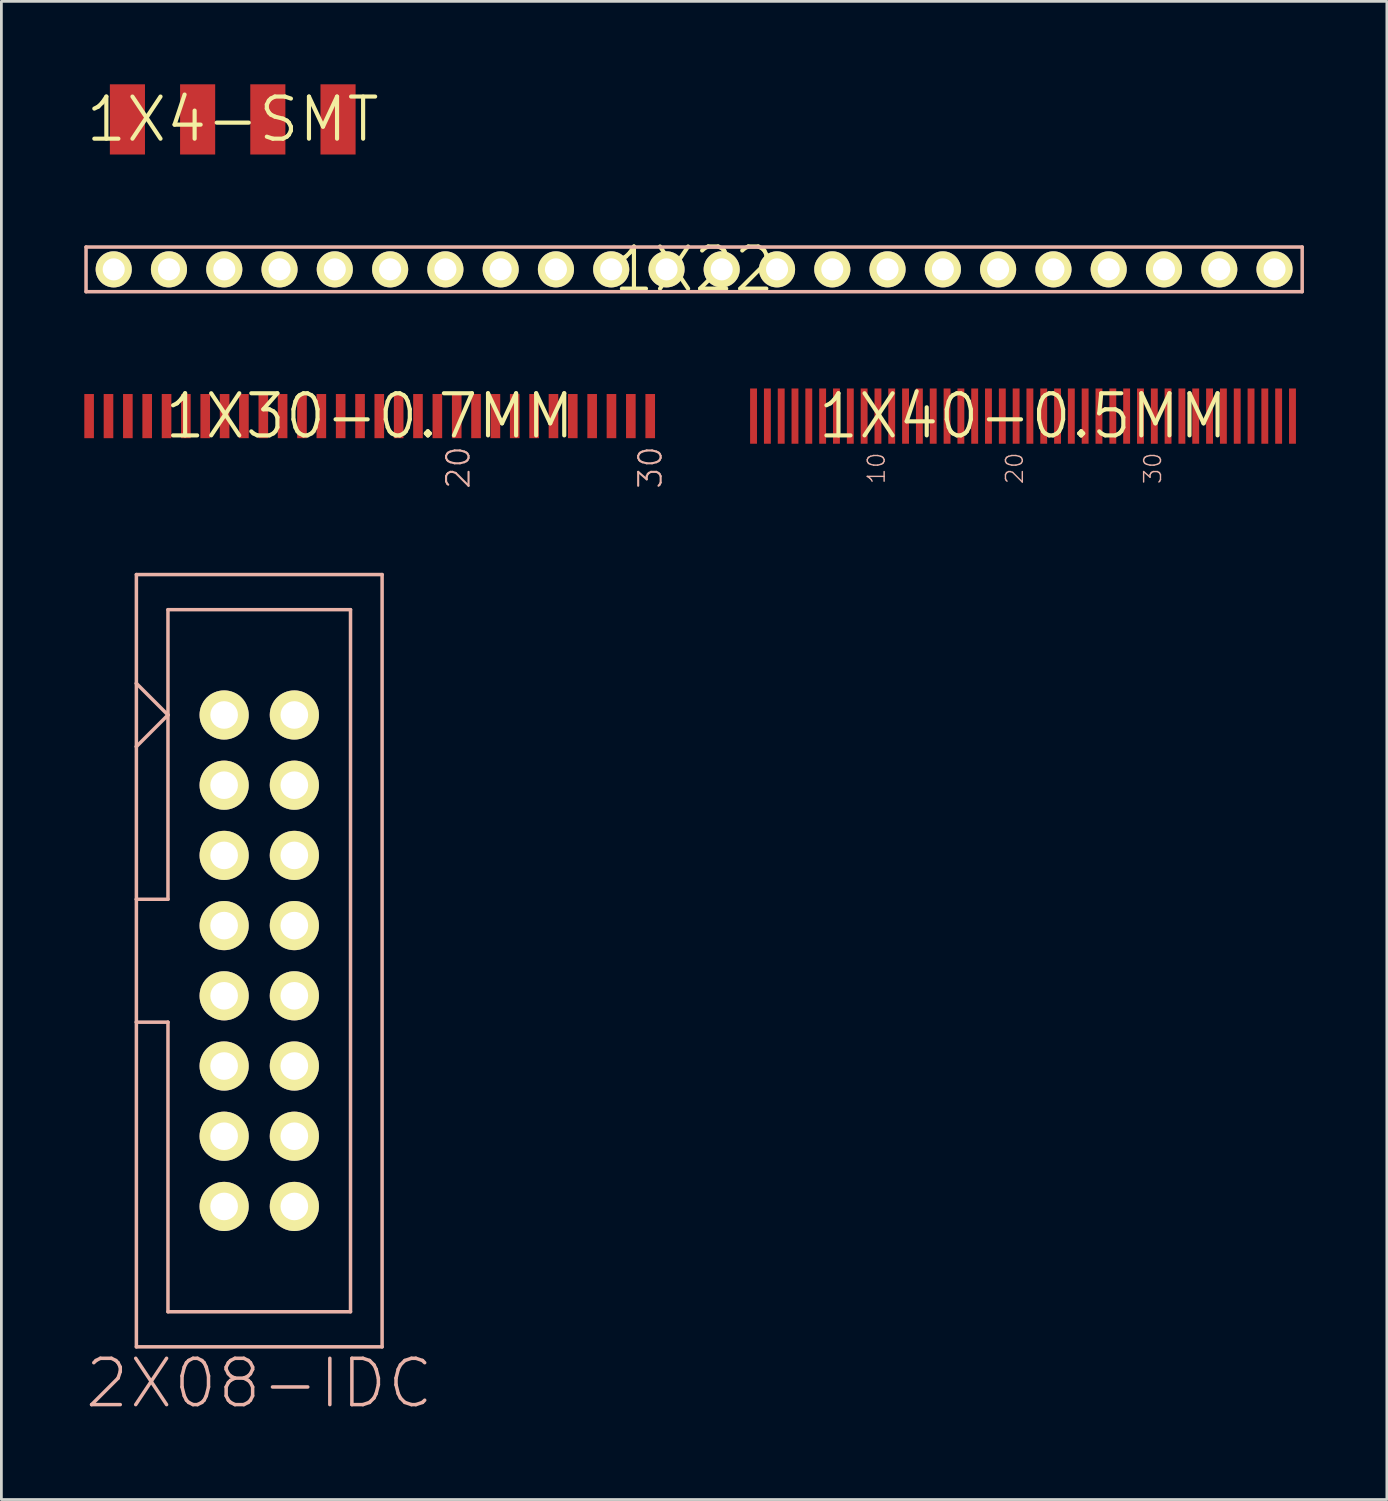
<source format=kicad_pcb>
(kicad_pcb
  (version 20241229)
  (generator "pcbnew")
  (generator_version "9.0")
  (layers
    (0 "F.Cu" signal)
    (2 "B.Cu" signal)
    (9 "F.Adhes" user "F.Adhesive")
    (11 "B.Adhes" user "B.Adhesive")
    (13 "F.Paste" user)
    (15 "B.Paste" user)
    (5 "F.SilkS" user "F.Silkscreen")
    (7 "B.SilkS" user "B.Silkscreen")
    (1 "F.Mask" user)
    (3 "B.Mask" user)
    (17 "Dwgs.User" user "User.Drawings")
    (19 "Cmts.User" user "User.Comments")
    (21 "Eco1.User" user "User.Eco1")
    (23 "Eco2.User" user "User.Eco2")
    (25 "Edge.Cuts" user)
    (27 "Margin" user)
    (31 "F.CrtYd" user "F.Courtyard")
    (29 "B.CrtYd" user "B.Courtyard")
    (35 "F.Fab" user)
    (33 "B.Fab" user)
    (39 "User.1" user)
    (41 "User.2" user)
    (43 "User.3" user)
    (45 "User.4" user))
  (footprint "1X30-0.7MM"
    (layer "F.Cu")
    (at 10.324 12.004)
    (property "Reference" "1X30-0.7MM" (at 0 0 0) (layer "F.SilkS") (effects (font (size 1.524 1.524) (thickness 0.15))))
    (attr smd)
    (fp_text user "30" (at 10.155 1.862 270) (layer "B.SilkS") (effects (font (size 0.813 0.813) (thickness 0.076))))
    (fp_text user "20" (at 3.205 1.862 270) (layer "B.SilkS") (effects (font (size 0.813 0.813) (thickness 0.076))))
    (pad "1" smd rect (at -10.15 0 90) (size 1.598 0.348) (layers "F.Cu" "F.Mask" "F.Paste"))
    (pad "2" smd rect (at -9.449 0 90) (size 1.598 0.348) (layers "F.Cu" "F.Mask" "F.Paste"))
    (pad "3" smd rect (at -8.748 0 90) (size 1.598 0.348) (layers "F.Cu" "F.Mask" "F.Paste"))
    (pad "4" smd rect (at -8.049 0 90) (size 1.598 0.348) (layers "F.Cu" "F.Mask" "F.Paste"))
    (pad "5" smd rect (at -7.348 0 90) (size 1.598 0.348) (layers "F.Cu" "F.Mask" "F.Paste"))
    (pad "6" smd rect (at -6.65 0 90) (size 1.598 0.348) (layers "F.Cu" "F.Mask" "F.Paste"))
    (pad "7" smd rect (at -5.949 0 90) (size 1.598 0.348) (layers "F.Cu" "F.Mask" "F.Paste"))
    (pad "8" smd rect (at -5.248 0 90) (size 1.598 0.348) (layers "F.Cu" "F.Mask" "F.Paste"))
    (pad "9" smd rect (at -4.549 0 90) (size 1.598 0.348) (layers "F.Cu" "F.Mask" "F.Paste"))
    (pad "10" smd rect (at -3.848 0 90) (size 1.598 0.348) (layers "F.Cu" "F.Mask" "F.Paste"))
    (pad "11" smd rect (at -3.15 0 90) (size 1.598 0.348) (layers "F.Cu" "F.Mask" "F.Paste"))
    (pad "12" smd rect (at -2.449 0 90) (size 1.598 0.348) (layers "F.Cu" "F.Mask" "F.Paste"))
    (pad "13" smd rect (at -1.748 0 90) (size 1.598 0.348) (layers "F.Cu" "F.Mask" "F.Paste"))
    (pad "14" smd rect (at -1.049 0 90) (size 1.598 0.348) (layers "F.Cu" "F.Mask" "F.Paste"))
    (pad "15" smd rect (at -0.348 0 90) (size 1.598 0.348) (layers "F.Cu" "F.Mask" "F.Paste"))
    (pad "16" smd rect (at 0.348 0 90) (size 1.598 0.348) (layers "F.Cu" "F.Mask" "F.Paste"))
    (pad "17" smd rect (at 1.049 0 90) (size 1.598 0.348) (layers "F.Cu" "F.Mask" "F.Paste"))
    (pad "18" smd rect (at 1.748 0 90) (size 1.598 0.348) (layers "F.Cu" "F.Mask" "F.Paste"))
    (pad "19" smd rect (at 2.449 0 90) (size 1.598 0.348) (layers "F.Cu" "F.Mask" "F.Paste"))
    (pad "20" smd rect (at 3.15 0 90) (size 1.598 0.348) (layers "F.Cu" "F.Mask" "F.Paste"))
    (pad "21" smd rect (at 3.848 0 90) (size 1.598 0.348) (layers "F.Cu" "F.Mask" "F.Paste"))
    (pad "22" smd rect (at 4.549 0 90) (size 1.598 0.348) (layers "F.Cu" "F.Mask" "F.Paste"))
    (pad "23" smd rect (at 5.248 0 90) (size 1.598 0.348) (layers "F.Cu" "F.Mask" "F.Paste"))
    (pad "24" smd rect (at 5.949 0 90) (size 1.598 0.348) (layers "F.Cu" "F.Mask" "F.Paste"))
    (pad "25" smd rect (at 6.65 0 90) (size 1.598 0.348) (layers "F.Cu" "F.Mask" "F.Paste"))
    (pad "26" smd rect (at 7.348 0 90) (size 1.598 0.348) (layers "F.Cu" "F.Mask" "F.Paste"))
    (pad "27" smd rect (at 8.049 0 90) (size 1.598 0.348) (layers "F.Cu" "F.Mask" "F.Paste"))
    (pad "28" smd rect (at 8.748 0 90) (size 1.598 0.348) (layers "F.Cu" "F.Mask" "F.Paste"))
    (pad "29" smd rect (at 9.449 0 90) (size 1.598 0.348) (layers "F.Cu" "F.Mask" "F.Paste"))
    (pad "30" smd rect (at 10.15 0 90) (size 1.598 0.348) (layers "F.Cu" "F.Mask" "F.Paste")))
  (footprint "1X4-SMT"
    (layer "F.Cu")
    (at 5.37 1.27)
    (property "Reference" "1X4-SMT" (at 0 0 0) (layer "F.SilkS") (effects (font (size 1.524 1.524) (thickness 0.15))))
    (attr smd)
    (pad "1" smd rect (at -3.81 0) (size 1.27 2.54) (layers "F.Cu" "F.Mask" "F.Paste"))
    (pad "2" smd rect (at -1.27 0) (size 1.27 2.54) (layers "F.Cu" "F.Mask" "F.Paste"))
    (pad "3" smd rect (at 1.27 0) (size 1.27 2.54) (layers "F.Cu" "F.Mask" "F.Paste"))
    (pad "4" smd rect (at 3.81 0) (size 1.27 2.54) (layers "F.Cu" "F.Mask" "F.Paste")))
  (footprint "1X40-0.5MM"
    (layer "F.Cu")
    (at 33.961 12.004)
    (property "Reference" "1X40-0.5MM" (at 0 0 0) (layer "F.SilkS") (effects (font (size 1.524 1.524) (thickness 0.15))))
    (attr smd)
    (fp_text user "10" (at -5.304 1.89 90) (layer "B.SilkS") (effects (font (size 0.61 0.61) (thickness 0.051))))
    (fp_text user "20" (at -0.305 1.89 90) (layer "B.SilkS") (effects (font (size 0.61 0.61) (thickness 0.051))))
    (fp_text user "30" (at 4.694 1.89 90) (layer "B.SilkS") (effects (font (size 0.61 0.61) (thickness 0.051))))
    (pad "1" smd rect (at -9.749 0 90) (size 1.999 0.249) (layers "F.Cu" "F.Mask" "F.Paste"))
    (pad "2" smd rect (at -9.248 0 90) (size 1.999 0.249) (layers "F.Cu" "F.Mask" "F.Paste"))
    (pad "3" smd rect (at -8.748 0 90) (size 1.999 0.249) (layers "F.Cu" "F.Mask" "F.Paste"))
    (pad "4" smd rect (at -8.25 0 90) (size 1.999 0.249) (layers "F.Cu" "F.Mask" "F.Paste"))
    (pad "5" smd rect (at -7.75 0 90) (size 1.999 0.249) (layers "F.Cu" "F.Mask" "F.Paste"))
    (pad "6" smd rect (at -7.249 0 90) (size 1.999 0.249) (layers "F.Cu" "F.Mask" "F.Paste"))
    (pad "7" smd rect (at -6.749 0 90) (size 1.999 0.249) (layers "F.Cu" "F.Mask" "F.Paste"))
    (pad "8" smd rect (at -6.248 0 90) (size 1.999 0.249) (layers "F.Cu" "F.Mask" "F.Paste"))
    (pad "9" smd rect (at -5.748 0 90) (size 1.999 0.249) (layers "F.Cu" "F.Mask" "F.Paste"))
    (pad "10" smd rect (at -5.248 0 90) (size 1.999 0.249) (layers "F.Cu" "F.Mask" "F.Paste"))
    (pad "11" smd rect (at -4.75 0 90) (size 1.999 0.249) (layers "F.Cu" "F.Mask" "F.Paste"))
    (pad "12" smd rect (at -4.249 0 90) (size 1.999 0.249) (layers "F.Cu" "F.Mask" "F.Paste"))
    (pad "13" smd rect (at -3.749 0 90) (size 1.999 0.249) (layers "F.Cu" "F.Mask" "F.Paste"))
    (pad "14" smd rect (at -3.249 0 90) (size 1.999 0.249) (layers "F.Cu" "F.Mask" "F.Paste"))
    (pad "15" smd rect (at -2.748 0 90) (size 1.999 0.249) (layers "F.Cu" "F.Mask" "F.Paste"))
    (pad "16" smd rect (at -2.248 0 90) (size 1.999 0.249) (layers "F.Cu" "F.Mask" "F.Paste"))
    (pad "17" smd rect (at -1.748 0 90) (size 1.999 0.249) (layers "F.Cu" "F.Mask" "F.Paste"))
    (pad "18" smd rect (at -1.25 0 90) (size 1.999 0.249) (layers "F.Cu" "F.Mask" "F.Paste"))
    (pad "19" smd rect (at -0.749 0 90) (size 1.999 0.249) (layers "F.Cu" "F.Mask" "F.Paste"))
    (pad "20" smd rect (at -0.249 0 90) (size 1.999 0.249) (layers "F.Cu" "F.Mask" "F.Paste"))
    (pad "21" smd rect (at 0.249 0 90) (size 1.999 0.249) (layers "F.Cu" "F.Mask" "F.Paste"))
    (pad "22" smd rect (at 0.749 0 90) (size 1.999 0.249) (layers "F.Cu" "F.Mask" "F.Paste"))
    (pad "23" smd rect (at 1.25 0 90) (size 1.999 0.249) (layers "F.Cu" "F.Mask" "F.Paste"))
    (pad "24" smd rect (at 1.748 0 90) (size 1.999 0.249) (layers "F.Cu" "F.Mask" "F.Paste"))
    (pad "25" smd rect (at 2.248 0 90) (size 1.999 0.249) (layers "F.Cu" "F.Mask" "F.Paste"))
    (pad "26" smd rect (at 2.748 0 90) (size 1.999 0.249) (layers "F.Cu" "F.Mask" "F.Paste"))
    (pad "27" smd rect (at 3.249 0 90) (size 1.999 0.249) (layers "F.Cu" "F.Mask" "F.Paste"))
    (pad "28" smd rect (at 3.749 0 90) (size 1.999 0.249) (layers "F.Cu" "F.Mask" "F.Paste"))
    (pad "29" smd rect (at 4.249 0 90) (size 1.999 0.249) (layers "F.Cu" "F.Mask" "F.Paste"))
    (pad "30" smd rect (at 4.75 0 90) (size 1.999 0.249) (layers "F.Cu" "F.Mask" "F.Paste"))
    (pad "31" smd rect (at 5.248 0 90) (size 1.999 0.249) (layers "F.Cu" "F.Mask" "F.Paste"))
    (pad "32" smd rect (at 5.748 0 90) (size 1.999 0.249) (layers "F.Cu" "F.Mask" "F.Paste"))
    (pad "33" smd rect (at 6.248 0 90) (size 1.999 0.249) (layers "F.Cu" "F.Mask" "F.Paste"))
    (pad "34" smd rect (at 6.749 0 90) (size 1.999 0.249) (layers "F.Cu" "F.Mask" "F.Paste"))
    (pad "35" smd rect (at 7.249 0 90) (size 1.999 0.249) (layers "F.Cu" "F.Mask" "F.Paste"))
    (pad "36" smd rect (at 7.75 0 90) (size 1.999 0.249) (layers "F.Cu" "F.Mask" "F.Paste"))
    (pad "37" smd rect (at 8.25 0 90) (size 1.999 0.249) (layers "F.Cu" "F.Mask" "F.Paste"))
    (pad "38" smd rect (at 8.748 0 90) (size 1.999 0.249) (layers "F.Cu" "F.Mask" "F.Paste"))
    (pad "39" smd rect (at 9.248 0 90) (size 1.999 0.249) (layers "F.Cu" "F.Mask" "F.Paste"))
    (pad "40" smd rect (at 9.749 0 90) (size 1.999 0.249) (layers "F.Cu" "F.Mask" "F.Paste")))
  (footprint "2X08-IDC"
    (layer "F.Cu")
    (at 6.329 31.707)
    (property "Reference" "2X08-IDC" (at 0 15.291 0) (layer "B.SilkS") (effects (font (size 1.676 1.676) (thickness 0.127))))
    (attr exclude_from_pos_files exclude_from_bom)
    (fp_line (start -4.445 -13.97) (end 4.445 -13.97) (stroke (width 0.127) (type solid)) (layer "B.SilkS"))
    (fp_line (start -4.445 -10.033) (end -4.445 -13.97) (stroke (width 0.127) (type solid)) (layer "B.SilkS"))
    (fp_line (start -4.445 -10.033) (end -3.302 -8.89) (stroke (width 0.127) (type solid)) (layer "B.SilkS"))
    (fp_line (start -4.445 -7.747) (end -4.445 -10.033) (stroke (width 0.127) (type solid)) (layer "B.SilkS"))
    (fp_line (start -4.445 -2.223) (end -4.445 -7.747) (stroke (width 0.127) (type solid)) (layer "B.SilkS"))
    (fp_line (start -4.445 -2.223) (end -3.302 -2.223) (stroke (width 0.127) (type solid)) (layer "B.SilkS"))
    (fp_line (start -4.445 2.223) (end -4.445 -2.223) (stroke (width 0.127) (type solid)) (layer "B.SilkS"))
    (fp_line (start -4.445 13.97) (end -4.445 2.223) (stroke (width 0.127) (type solid)) (layer "B.SilkS"))
    (fp_line (start -3.302 -12.7) (end 3.302 -12.7) (stroke (width 0.127) (type solid)) (layer "B.SilkS"))
    (fp_line (start -3.302 -8.89) (end -4.445 -7.747) (stroke (width 0.127) (type solid)) (layer "B.SilkS"))
    (fp_line (start -3.302 -8.89) (end -3.302 -12.7) (stroke (width 0.127) (type solid)) (layer "B.SilkS"))
    (fp_line (start -3.302 -2.223) (end -3.302 -8.89) (stroke (width 0.127) (type solid)) (layer "B.SilkS"))
    (fp_line (start -3.302 2.223) (end -4.445 2.223) (stroke (width 0.127) (type solid)) (layer "B.SilkS"))
    (fp_line (start -3.302 12.7) (end -3.302 2.223) (stroke (width 0.127) (type solid)) (layer "B.SilkS"))
    (fp_line (start 3.302 -12.7) (end 3.302 12.7) (stroke (width 0.127) (type solid)) (layer "B.SilkS"))
    (fp_line (start 3.302 12.7) (end -3.302 12.7) (stroke (width 0.127) (type solid)) (layer "B.SilkS"))
    (fp_line (start 4.445 -13.97) (end 4.445 13.97) (stroke (width 0.127) (type solid)) (layer "B.SilkS"))
    (fp_line (start 4.445 13.97) (end -4.445 13.97) (stroke (width 0.127) (type solid)) (layer "B.SilkS"))
    (pad "1" thru_hole circle (at -1.27 -8.89) (size 1.778 1.778) (drill 0.998) (layers "*.Cu" "F.Mask" "F.SilkS" "F.Paste"))
    (pad "2" thru_hole circle (at 1.27 -8.89) (size 1.778 1.778) (drill 0.998) (layers "*.Cu" "F.Mask" "F.SilkS" "F.Paste"))
    (pad "3" thru_hole circle (at -1.27 -6.35) (size 1.778 1.778) (drill 0.998) (layers "*.Cu" "F.Mask" "F.SilkS" "F.Paste"))
    (pad "4" thru_hole circle (at 1.27 -6.35) (size 1.778 1.778) (drill 0.998) (layers "*.Cu" "F.Mask" "F.SilkS" "F.Paste"))
    (pad "5" thru_hole circle (at -1.27 -3.81) (size 1.778 1.778) (drill 0.998) (layers "*.Cu" "F.Mask" "F.SilkS" "F.Paste"))
    (pad "6" thru_hole circle (at 1.27 -3.81) (size 1.778 1.778) (drill 0.998) (layers "*.Cu" "F.Mask" "F.SilkS" "F.Paste"))
    (pad "7" thru_hole circle (at -1.27 -1.27) (size 1.778 1.778) (drill 0.998) (layers "*.Cu" "F.Mask" "F.SilkS" "F.Paste"))
    (pad "8" thru_hole circle (at 1.27 -1.27) (size 1.778 1.778) (drill 0.998) (layers "*.Cu" "F.Mask" "F.SilkS" "F.Paste"))
    (pad "9" thru_hole circle (at -1.27 1.27) (size 1.778 1.778) (drill 0.998) (layers "*.Cu" "F.Mask" "F.SilkS" "F.Paste"))
    (pad "10" thru_hole circle (at 1.27 1.27) (size 1.778 1.778) (drill 0.998) (layers "*.Cu" "F.Mask" "F.SilkS" "F.Paste"))
    (pad "11" thru_hole circle (at -1.27 3.81) (size 1.778 1.778) (drill 0.998) (layers "*.Cu" "F.Mask" "F.SilkS" "F.Paste"))
    (pad "12" thru_hole circle (at 1.27 3.81) (size 1.778 1.778) (drill 0.998) (layers "*.Cu" "F.Mask" "F.SilkS" "F.Paste"))
    (pad "13" thru_hole circle (at -1.27 6.35) (size 1.778 1.778) (drill 0.998) (layers "*.Cu" "F.Mask" "F.SilkS" "F.Paste"))
    (pad "14" thru_hole circle (at 1.27 6.35) (size 1.778 1.778) (drill 0.998) (layers "*.Cu" "F.Mask" "F.SilkS" "F.Paste"))
    (pad "15" thru_hole circle (at -1.27 8.89) (size 1.778 1.778) (drill 0.998) (layers "*.Cu" "F.Mask" "F.SilkS" "F.Paste"))
    (pad "16" thru_hole circle (at 1.27 8.89) (size 1.778 1.778) (drill 0.998) (layers "*.Cu" "F.Mask" "F.SilkS" "F.Paste")))
  (footprint "1X22"
    (layer "F.Cu")
    (at 22.062 6.695)
    (property "Reference" "1X22" (at 0 0 0) (layer "F.SilkS") (effects (font (size 1.524 1.524) (thickness 0.15))))
    (attr exclude_from_pos_files exclude_from_bom)
    (fp_line (start -21.999 -0.808) (end -21.999 0.808) (stroke (width 0.127) (type solid)) (layer "B.SilkS"))
    (fp_line (start -21.999 0.808) (end 21.999 0.808) (stroke (width 0.127) (type solid)) (layer "B.SilkS"))
    (fp_line (start 21.999 -0.808) (end -21.999 -0.808) (stroke (width 0.127) (type solid)) (layer "B.SilkS"))
    (fp_line (start 21.999 0.808) (end 21.999 -0.808) (stroke (width 0.127) (type solid)) (layer "B.SilkS"))
    (pad "1" thru_hole circle (at -20.998 0) (size 1.306 1.306) (drill 0.798) (layers "*.Cu" "F.Mask" "F.SilkS" "F.Paste"))
    (pad "2" thru_hole circle (at -18.999 0) (size 1.306 1.306) (drill 0.798) (layers "*.Cu" "F.Mask" "F.SilkS" "F.Paste"))
    (pad "3" thru_hole circle (at -16.998 0) (size 1.306 1.306) (drill 0.798) (layers "*.Cu" "F.Mask" "F.SilkS" "F.Paste"))
    (pad "4" thru_hole circle (at -14.999 0) (size 1.306 1.306) (drill 0.798) (layers "*.Cu" "F.Mask" "F.SilkS" "F.Paste"))
    (pad "5" thru_hole circle (at -13 0) (size 1.306 1.306) (drill 0.798) (layers "*.Cu" "F.Mask" "F.SilkS" "F.Paste"))
    (pad "6" thru_hole circle (at -10.998 0) (size 1.306 1.306) (drill 0.798) (layers "*.Cu" "F.Mask" "F.SilkS" "F.Paste"))
    (pad "7" thru_hole circle (at -8.999 0) (size 1.306 1.306) (drill 0.798) (layers "*.Cu" "F.Mask" "F.SilkS" "F.Paste"))
    (pad "8" thru_hole circle (at -6.998 0) (size 1.306 1.306) (drill 0.798) (layers "*.Cu" "F.Mask" "F.SilkS" "F.Paste"))
    (pad "9" thru_hole circle (at -4.999 0) (size 1.306 1.306) (drill 0.798) (layers "*.Cu" "F.Mask" "F.SilkS" "F.Paste"))
    (pad "10" thru_hole circle (at -3 0) (size 1.306 1.306) (drill 0.798) (layers "*.Cu" "F.Mask" "F.SilkS" "F.Paste"))
    (pad "11" thru_hole circle (at -0.998 0) (size 1.306 1.306) (drill 0.798) (layers "*.Cu" "F.Mask" "F.SilkS" "F.Paste"))
    (pad "12" thru_hole circle (at 0.998 0) (size 1.306 1.306) (drill 0.798) (layers "*.Cu" "F.Mask" "F.SilkS" "F.Paste"))
    (pad "13" thru_hole circle (at 3 0) (size 1.306 1.306) (drill 0.798) (layers "*.Cu" "F.Mask" "F.SilkS" "F.Paste"))
    (pad "14" thru_hole circle (at 4.999 0) (size 1.306 1.306) (drill 0.798) (layers "*.Cu" "F.Mask" "F.SilkS" "F.Paste"))
    (pad "15" thru_hole circle (at 6.998 0) (size 1.306 1.306) (drill 0.798) (layers "*.Cu" "F.Mask" "F.SilkS" "F.Paste"))
    (pad "16" thru_hole circle (at 8.999 0) (size 1.306 1.306) (drill 0.798) (layers "*.Cu" "F.Mask" "F.SilkS" "F.Paste"))
    (pad "17" thru_hole circle (at 10.998 0) (size 1.306 1.306) (drill 0.798) (layers "*.Cu" "F.Mask" "F.SilkS" "F.Paste"))
    (pad "18" thru_hole circle (at 13 0) (size 1.306 1.306) (drill 0.798) (layers "*.Cu" "F.Mask" "F.SilkS" "F.Paste"))
    (pad "19" thru_hole circle (at 14.999 0) (size 1.306 1.306) (drill 0.798) (layers "*.Cu" "F.Mask" "F.SilkS" "F.Paste"))
    (pad "20" thru_hole circle (at 16.998 0) (size 1.306 1.306) (drill 0.798) (layers "*.Cu" "F.Mask" "F.SilkS" "F.Paste"))
    (pad "21" thru_hole circle (at 18.999 0) (size 1.306 1.306) (drill 0.798) (layers "*.Cu" "F.Mask" "F.SilkS" "F.Paste"))
    (pad "22" thru_hole circle (at 20.998 0) (size 1.306 1.306) (drill 0.798) (layers "*.Cu" "F.Mask" "F.SilkS" "F.Paste")))
  (gr_rect
    (start -3 -3)
    (end 47.125 51.201)
    (stroke (width 0.1) (type default))
    (fill no)
    (layer "Edge.Cuts")))
</source>
